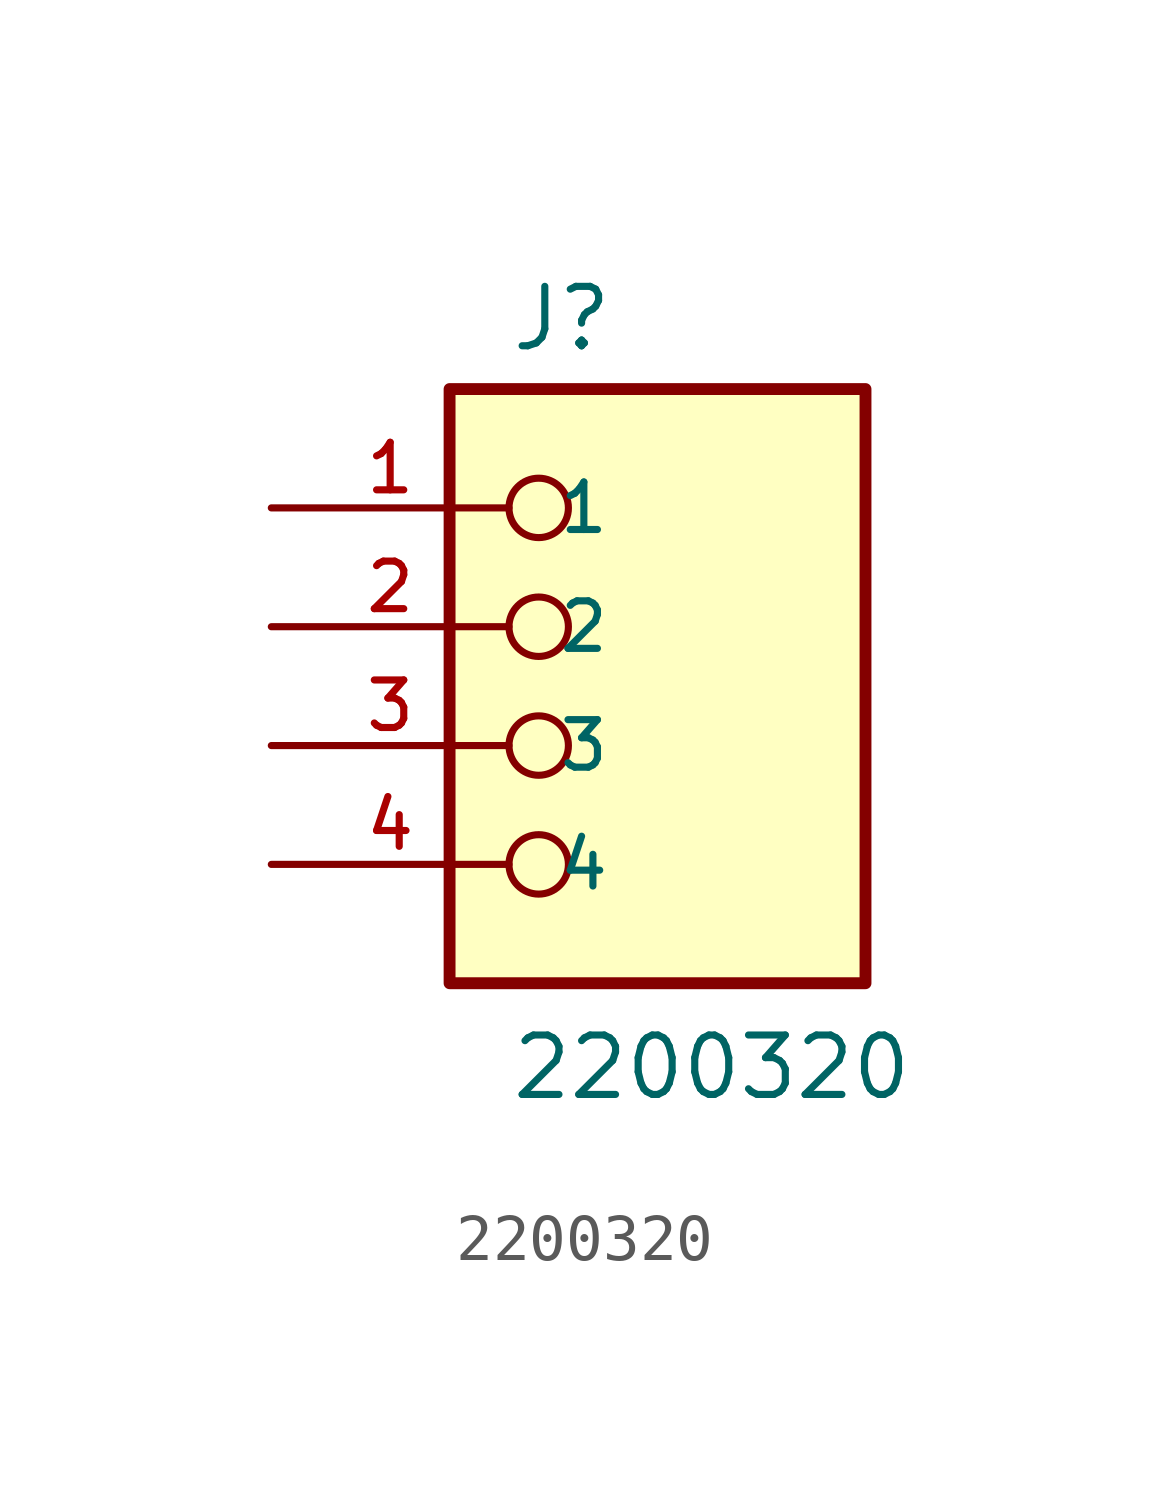
<source format=kicad_sym>
(kicad_symbol_lib
  (version 20211014)
  (generator kicad_symbol_editor)
  (symbol "2200320"
    (pin_names
      (offset 1.016))
    (property "Reference" "J"
      (at -2.54 8.382 0)
      (effects (font (size 1.27 1.27)) (justify bottom left)))
    (property "Value" "2200320"
      (at -2.54 -7.62 0)
      (effects (font (size 1.27 1.27)) (justify bottom left)))
    (symbol "2200320_0_0"
      (circle (center -1.905 5.08) (radius 0.635) (stroke (width 0.152)) (fill (type none)))
      (circle (center -1.905 2.54) (radius 0.635) (stroke (width 0.152)) (fill (type none)))
      (circle (center -1.905 0.0) (radius 0.635) (stroke (width 0.152)) (fill (type none)))
      (circle (center -1.905 -2.54) (radius 0.635) (stroke (width 0.152)) (fill (type none)))
      (rectangle (start -3.81 -5.08) (end 5.08 7.62) (stroke (width 0.254)) (fill (type background)))
      (pin passive line (at -7.62 5.08 0) (length 5.08) (name "1" (effects (font (size 1.016 1.016)))) (number "1" (effects (font (size 1.016 1.016)))))
      (pin passive line (at -7.62 2.54 0) (length 5.08) (name "2" (effects (font (size 1.016 1.016)))) (number "2" (effects (font (size 1.016 1.016)))))
      (pin passive line (at -7.62 0.0 0) (length 5.08) (name "3" (effects (font (size 1.016 1.016)))) (number "3" (effects (font (size 1.016 1.016)))))
      (pin passive line (at -7.62 -2.54 0) (length 5.08) (name "4" (effects (font (size 1.016 1.016)))) (number "4" (effects (font (size 1.016 1.016))))))))
</source>
